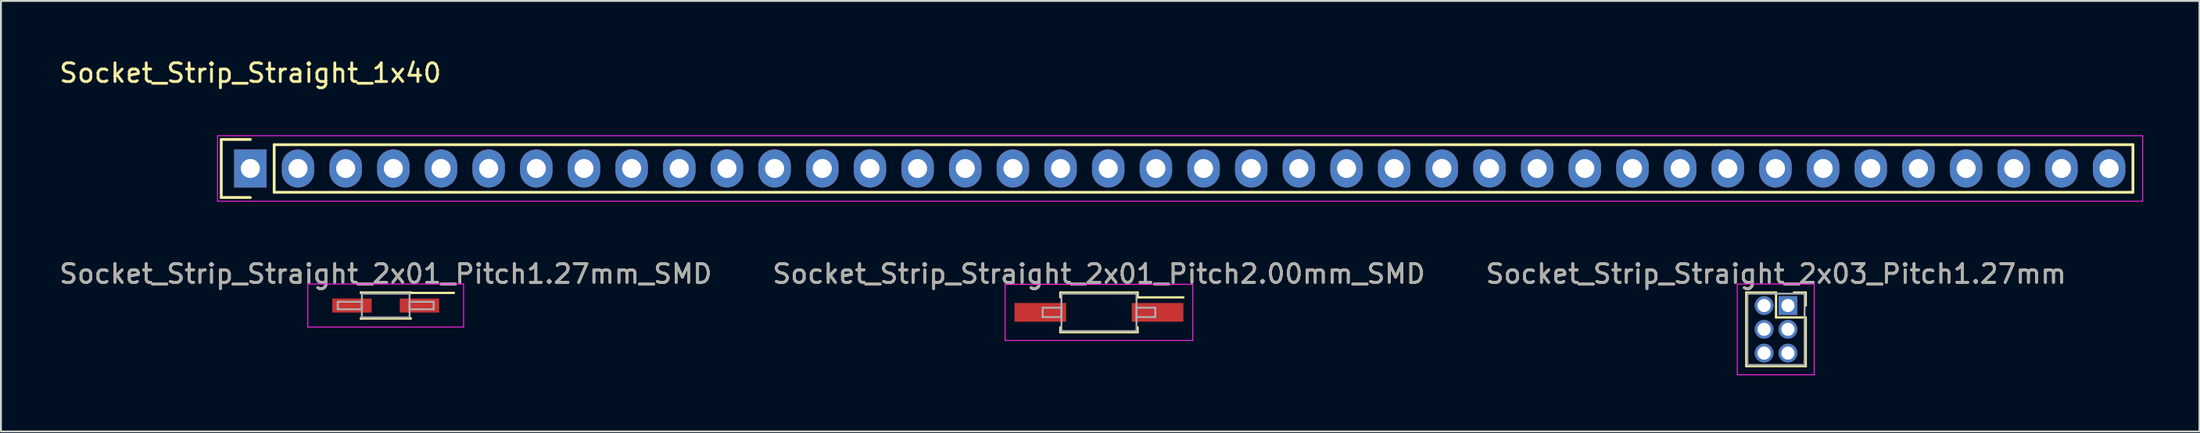
<source format=kicad_pcb>
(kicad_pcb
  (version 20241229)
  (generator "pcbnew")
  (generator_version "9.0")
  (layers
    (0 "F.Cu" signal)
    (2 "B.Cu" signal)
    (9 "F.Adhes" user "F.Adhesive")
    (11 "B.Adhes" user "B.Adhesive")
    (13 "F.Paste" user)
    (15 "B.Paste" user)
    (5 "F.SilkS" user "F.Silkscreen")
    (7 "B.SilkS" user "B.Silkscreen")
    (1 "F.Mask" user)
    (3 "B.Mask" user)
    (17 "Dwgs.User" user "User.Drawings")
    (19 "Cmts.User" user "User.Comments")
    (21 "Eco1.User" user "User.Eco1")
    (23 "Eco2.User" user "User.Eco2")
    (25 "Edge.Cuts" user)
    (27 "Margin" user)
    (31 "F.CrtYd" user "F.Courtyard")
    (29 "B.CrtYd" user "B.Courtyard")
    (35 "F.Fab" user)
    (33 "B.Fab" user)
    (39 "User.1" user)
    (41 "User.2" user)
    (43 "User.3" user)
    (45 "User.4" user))
  (footprint "Socket_Strip_Straight_2x01_Pitch1.27mm_SMD"
    (layer "F.Cu")
    (at 17.506 13.267)
    (property "Reference" "Socket_Strip_Straight_2x01_Pitch1.27mm_SMD" (at 0 -1.695 0) (layer "F.SilkS") (effects (font (size 1 1) (thickness 0.15))))
    (attr smd)
    (fp_line (start -1.33 -0.695) (end 1.33 -0.695) (stroke (width 0.12) (type solid)) (layer "F.SilkS"))
    (fp_line (start -1.33 -0.675) (end -1.33 -0.695) (stroke (width 0.12) (type solid)) (layer "F.SilkS"))
    (fp_line (start -1.33 0.675) (end -1.33 0.695) (stroke (width 0.12) (type solid)) (layer "F.SilkS"))
    (fp_line (start -1.33 0.695) (end 1.33 0.695) (stroke (width 0.12) (type solid)) (layer "F.SilkS"))
    (fp_line (start 1.33 -0.695) (end 1.33 -0.675) (stroke (width 0.12) (type solid)) (layer "F.SilkS"))
    (fp_line (start 1.33 0.695) (end 1.33 0.675) (stroke (width 0.12) (type solid)) (layer "F.SilkS"))
    (fp_line (start 3.635 -0.675) (end 1.33 -0.675) (stroke (width 0.12) (type solid)) (layer "F.SilkS"))
    (fp_line (start -4.15 -1.15) (end -4.15 1.15) (stroke (width 0.05) (type solid)) (layer "F.CrtYd"))
    (fp_line (start -4.15 1.15) (end 4.15 1.15) (stroke (width 0.05) (type solid)) (layer "F.CrtYd"))
    (fp_line (start 4.15 -1.15) (end -4.15 -1.15) (stroke (width 0.05) (type solid)) (layer "F.CrtYd"))
    (fp_line (start 4.15 1.15) (end 4.15 -1.15) (stroke (width 0.05) (type solid)) (layer "F.CrtYd"))
    (fp_line (start -2.555 -0.2) (end -1.27 -0.2) (stroke (width 0.1) (type solid)) (layer "F.Fab"))
    (fp_line (start -2.555 0.2) (end -2.555 -0.2) (stroke (width 0.1) (type solid)) (layer "F.Fab"))
    (fp_line (start -1.27 -0.635) (end -1.27 0.635) (stroke (width 0.1) (type solid)) (layer "F.Fab"))
    (fp_line (start -1.27 -0.2) (end -1.27 0.2) (stroke (width 0.1) (type solid)) (layer "F.Fab"))
    (fp_line (start -1.27 0.2) (end -2.555 0.2) (stroke (width 0.1) (type solid)) (layer "F.Fab"))
    (fp_line (start -1.27 0.635) (end 1.27 0.635) (stroke (width 0.1) (type solid)) (layer "F.Fab"))
    (fp_line (start 1.27 -0.635) (end -1.27 -0.635) (stroke (width 0.1) (type solid)) (layer "F.Fab"))
    (fp_line (start 1.27 -0.2) (end 1.27 0.2) (stroke (width 0.1) (type solid)) (layer "F.Fab"))
    (fp_line (start 1.27 0.2) (end 2.555 0.2) (stroke (width 0.1) (type solid)) (layer "F.Fab"))
    (fp_line (start 1.27 0.635) (end 1.27 -0.635) (stroke (width 0.1) (type solid)) (layer "F.Fab"))
    (fp_line (start 2.555 -0.2) (end 1.27 -0.2) (stroke (width 0.1) (type solid)) (layer "F.Fab"))
    (fp_line (start 2.555 0.2) (end 2.555 -0.2) (stroke (width 0.1) (type solid)) (layer "F.Fab"))
    (fp_text user "${REFERENCE}" (at 0 -1.695 0) (layer "F.Fab") (effects (font (size 1 1) (thickness 0.15))))
    (pad "1" smd rect (at 1.8 0) (size 2.1 0.75) (layers "F.Cu" "F.Mask" "F.Paste"))
    (pad "2" smd rect (at -1.8 0) (size 2.1 0.75) (layers "F.Cu" "F.Mask" "F.Paste")))
  (footprint "Socket_Strip_Straight_2x03_Pitch1.27mm"
    (layer "F.Cu")
    (at 92.236 13.267)
    (property "Reference" "Socket_Strip_Straight_2x03_Pitch1.27mm" (at -0.635 -1.695 0) (layer "F.SilkS") (effects (font (size 1 1) (thickness 0.15))))
    (attr through_hole)
    (fp_line (start -2.22 -0.695) (end -0.635 -0.695) (stroke (width 0.12) (type solid)) (layer "F.SilkS"))
    (fp_line (start -2.22 3.235) (end -2.22 -0.695) (stroke (width 0.12) (type solid)) (layer "F.SilkS"))
    (fp_line (start -0.635 -0.695) (end -0.635 0.635) (stroke (width 0.12) (type solid)) (layer "F.SilkS"))
    (fp_line (start -0.635 0.635) (end 0.95 0.635) (stroke (width 0.12) (type solid)) (layer "F.SilkS"))
    (fp_line (start 0.95 -0.695) (end 0.315 -0.695) (stroke (width 0.12) (type solid)) (layer "F.SilkS"))
    (fp_line (start 0.95 0) (end 0.95 -0.695) (stroke (width 0.12) (type solid)) (layer "F.SilkS"))
    (fp_line (start 0.95 0.635) (end 0.95 3.235) (stroke (width 0.12) (type solid)) (layer "F.SilkS"))
    (fp_line (start 0.95 3.235) (end -2.22 3.235) (stroke (width 0.12) (type solid)) (layer "F.SilkS"))
    (fp_line (start -2.7 -1.15) (end -2.7 3.7) (stroke (width 0.05) (type solid)) (layer "F.CrtYd"))
    (fp_line (start -2.7 3.7) (end 1.4 3.7) (stroke (width 0.05) (type solid)) (layer "F.CrtYd"))
    (fp_line (start 1.4 -1.15) (end -2.7 -1.15) (stroke (width 0.05) (type solid)) (layer "F.CrtYd"))
    (fp_line (start 1.4 3.7) (end 1.4 -1.15) (stroke (width 0.05) (type solid)) (layer "F.CrtYd"))
    (fp_line (start -2.16 -0.635) (end -2.16 3.175) (stroke (width 0.1) (type solid)) (layer "F.Fab"))
    (fp_line (start -2.16 3.175) (end 0.89 3.175) (stroke (width 0.1) (type solid)) (layer "F.Fab"))
    (fp_line (start 0.89 -0.635) (end -2.16 -0.635) (stroke (width 0.1) (type solid)) (layer "F.Fab"))
    (fp_line (start 0.89 3.175) (end 0.89 -0.635) (stroke (width 0.1) (type solid)) (layer "F.Fab"))
    (fp_text user "${REFERENCE}" (at -0.635 -1.695 0) (layer "F.Fab") (effects (font (size 1 1) (thickness 0.15))))
    (pad "1" thru_hole rect (at 0 0) (size 1 1) (drill 0.7) (layers "*.Cu" "*.Mask"))
    (pad "2" thru_hole oval (at -1.27 0) (size 1 1) (drill 0.7) (layers "*.Cu" "*.Mask"))
    (pad "3" thru_hole oval (at 0 1.27) (size 1 1) (drill 0.7) (layers "*.Cu" "*.Mask"))
    (pad "4" thru_hole oval (at -1.27 1.27) (size 1 1) (drill 0.7) (layers "*.Cu" "*.Mask"))
    (pad "5" thru_hole oval (at 0 2.54) (size 1 1) (drill 0.7) (layers "*.Cu" "*.Mask"))
    (pad "6" thru_hole oval (at -1.27 2.54) (size 1 1) (drill 0.7) (layers "*.Cu" "*.Mask")))
  (footprint "Socket_Strip_Straight_1x40"
    (layer "F.Cu")
    (at 10.292 5.948)
    (property "Reference" "Socket_Strip_Straight_1x40" (at 0 -5.1 0) (layer "F.SilkS") (effects (font (size 1 1) (thickness 0.15))))
    (attr through_hole)
    (fp_line (start -1.55 -1.55) (end -1.55 1.55) (stroke (width 0.15) (type solid)) (layer "F.SilkS"))
    (fp_line (start -1.55 1.55) (end 0 1.55) (stroke (width 0.15) (type solid)) (layer "F.SilkS"))
    (fp_line (start 0 -1.55) (end -1.55 -1.55) (stroke (width 0.15) (type solid)) (layer "F.SilkS"))
    (fp_line (start 1.27 -1.27) (end 100.33 -1.27) (stroke (width 0.15) (type solid)) (layer "F.SilkS"))
    (fp_line (start 1.27 1.27) (end 1.27 -1.27) (stroke (width 0.15) (type solid)) (layer "F.SilkS"))
    (fp_line (start 100.33 -1.27) (end 100.33 1.27) (stroke (width 0.15) (type solid)) (layer "F.SilkS"))
    (fp_line (start 100.33 1.27) (end 1.27 1.27) (stroke (width 0.15) (type solid)) (layer "F.SilkS"))
    (fp_line (start -1.75 -1.75) (end -1.75 1.75) (stroke (width 0.05) (type solid)) (layer "F.CrtYd"))
    (fp_line (start -1.75 -1.75) (end 100.85 -1.75) (stroke (width 0.05) (type solid)) (layer "F.CrtYd"))
    (fp_line (start -1.75 1.75) (end 100.85 1.75) (stroke (width 0.05) (type solid)) (layer "F.CrtYd"))
    (fp_line (start 100.85 -1.75) (end 100.85 1.75) (stroke (width 0.05) (type solid)) (layer "F.CrtYd"))
    (pad "1" thru_hole rect (at 0 0) (size 1.727 2.032) (drill 1.016) (layers "*.Cu" "*.Mask"))
    (pad "2" thru_hole oval (at 2.54 0) (size 1.727 2.032) (drill 1.016) (layers "*.Cu" "*.Mask"))
    (pad "3" thru_hole oval (at 5.08 0) (size 1.727 2.032) (drill 1.016) (layers "*.Cu" "*.Mask"))
    (pad "4" thru_hole oval (at 7.62 0) (size 1.727 2.032) (drill 1.016) (layers "*.Cu" "*.Mask"))
    (pad "5" thru_hole oval (at 10.16 0) (size 1.727 2.032) (drill 1.016) (layers "*.Cu" "*.Mask"))
    (pad "6" thru_hole oval (at 12.7 0) (size 1.727 2.032) (drill 1.016) (layers "*.Cu" "*.Mask"))
    (pad "7" thru_hole oval (at 15.24 0) (size 1.727 2.032) (drill 1.016) (layers "*.Cu" "*.Mask"))
    (pad "8" thru_hole oval (at 17.78 0) (size 1.727 2.032) (drill 1.016) (layers "*.Cu" "*.Mask"))
    (pad "9" thru_hole oval (at 20.32 0) (size 1.727 2.032) (drill 1.016) (layers "*.Cu" "*.Mask"))
    (pad "10" thru_hole oval (at 22.86 0) (size 1.727 2.032) (drill 1.016) (layers "*.Cu" "*.Mask"))
    (pad "11" thru_hole oval (at 25.4 0) (size 1.727 2.032) (drill 1.016) (layers "*.Cu" "*.Mask"))
    (pad "12" thru_hole oval (at 27.94 0) (size 1.727 2.032) (drill 1.016) (layers "*.Cu" "*.Mask"))
    (pad "13" thru_hole oval (at 30.48 0) (size 1.727 2.032) (drill 1.016) (layers "*.Cu" "*.Mask"))
    (pad "14" thru_hole oval (at 33.02 0) (size 1.727 2.032) (drill 1.016) (layers "*.Cu" "*.Mask"))
    (pad "15" thru_hole oval (at 35.56 0) (size 1.727 2.032) (drill 1.016) (layers "*.Cu" "*.Mask"))
    (pad "16" thru_hole oval (at 38.1 0) (size 1.727 2.032) (drill 1.016) (layers "*.Cu" "*.Mask"))
    (pad "17" thru_hole oval (at 40.64 0) (size 1.727 2.032) (drill 1.016) (layers "*.Cu" "*.Mask"))
    (pad "18" thru_hole oval (at 43.18 0) (size 1.727 2.032) (drill 1.016) (layers "*.Cu" "*.Mask"))
    (pad "19" thru_hole oval (at 45.72 0) (size 1.727 2.032) (drill 1.016) (layers "*.Cu" "*.Mask"))
    (pad "20" thru_hole oval (at 48.26 0) (size 1.727 2.032) (drill 1.016) (layers "*.Cu" "*.Mask"))
    (pad "21" thru_hole oval (at 50.8 0) (size 1.727 2.032) (drill 1.016) (layers "*.Cu" "*.Mask"))
    (pad "22" thru_hole oval (at 53.34 0) (size 1.727 2.032) (drill 1.016) (layers "*.Cu" "*.Mask"))
    (pad "23" thru_hole oval (at 55.88 0) (size 1.727 2.032) (drill 1.016) (layers "*.Cu" "*.Mask"))
    (pad "24" thru_hole oval (at 58.42 0) (size 1.727 2.032) (drill 1.016) (layers "*.Cu" "*.Mask"))
    (pad "25" thru_hole oval (at 60.96 0) (size 1.727 2.032) (drill 1.016) (layers "*.Cu" "*.Mask"))
    (pad "26" thru_hole oval (at 63.5 0) (size 1.727 2.032) (drill 1.016) (layers "*.Cu" "*.Mask"))
    (pad "27" thru_hole oval (at 66.04 0) (size 1.727 2.032) (drill 1.016) (layers "*.Cu" "*.Mask"))
    (pad "28" thru_hole oval (at 68.58 0) (size 1.727 2.032) (drill 1.016) (layers "*.Cu" "*.Mask"))
    (pad "29" thru_hole oval (at 71.12 0) (size 1.727 2.032) (drill 1.016) (layers "*.Cu" "*.Mask"))
    (pad "30" thru_hole oval (at 73.66 0) (size 1.727 2.032) (drill 1.016) (layers "*.Cu" "*.Mask"))
    (pad "31" thru_hole oval (at 76.2 0) (size 1.727 2.032) (drill 1.016) (layers "*.Cu" "*.Mask"))
    (pad "32" thru_hole oval (at 78.74 0) (size 1.727 2.032) (drill 1.016) (layers "*.Cu" "*.Mask"))
    (pad "33" thru_hole oval (at 81.28 0) (size 1.727 2.032) (drill 1.016) (layers "*.Cu" "*.Mask"))
    (pad "34" thru_hole oval (at 83.82 0) (size 1.727 2.032) (drill 1.016) (layers "*.Cu" "*.Mask"))
    (pad "35" thru_hole oval (at 86.36 0) (size 1.727 2.032) (drill 1.016) (layers "*.Cu" "*.Mask"))
    (pad "36" thru_hole oval (at 88.9 0) (size 1.727 2.032) (drill 1.016) (layers "*.Cu" "*.Mask"))
    (pad "37" thru_hole oval (at 91.44 0) (size 1.727 2.032) (drill 1.016) (layers "*.Cu" "*.Mask"))
    (pad "38" thru_hole oval (at 93.98 0) (size 1.727 2.032) (drill 1.016) (layers "*.Cu" "*.Mask"))
    (pad "39" thru_hole oval (at 96.52 0) (size 1.727 2.032) (drill 1.016) (layers "*.Cu" "*.Mask"))
    (pad "40" thru_hole oval (at 99.06 0) (size 1.727 2.032) (drill 1.016) (layers "*.Cu" "*.Mask")))
  (footprint "Socket_Strip_Straight_2x01_Pitch2.00mm_SMD"
    (layer "F.Cu")
    (at 55.518 13.632)
    (property "Reference" "Socket_Strip_Straight_2x01_Pitch2.00mm_SMD" (at 0 -2.06 0) (layer "F.SilkS") (effects (font (size 1 1) (thickness 0.15))))
    (attr smd)
    (fp_line (start -2.06 -1.06) (end 2.06 -1.06) (stroke (width 0.12) (type solid)) (layer "F.SilkS"))
    (fp_line (start -2.06 -0.8) (end -2.06 -1.06) (stroke (width 0.12) (type solid)) (layer "F.SilkS"))
    (fp_line (start -2.06 0.8) (end -2.06 1.06) (stroke (width 0.12) (type solid)) (layer "F.SilkS"))
    (fp_line (start -2.06 1.06) (end 2.06 1.06) (stroke (width 0.12) (type solid)) (layer "F.SilkS"))
    (fp_line (start 2.06 -1.06) (end 2.06 -0.8) (stroke (width 0.12) (type solid)) (layer "F.SilkS"))
    (fp_line (start 2.06 1.06) (end 2.06 0.8) (stroke (width 0.12) (type solid)) (layer "F.SilkS"))
    (fp_line (start 4.5 -0.8) (end 2.06 -0.8) (stroke (width 0.12) (type solid)) (layer "F.SilkS"))
    (fp_line (start -5 -1.5) (end -5 1.5) (stroke (width 0.05) (type solid)) (layer "F.CrtYd"))
    (fp_line (start -5 1.5) (end 5 1.5) (stroke (width 0.05) (type solid)) (layer "F.CrtYd"))
    (fp_line (start 5 -1.5) (end -5 -1.5) (stroke (width 0.05) (type solid)) (layer "F.CrtYd"))
    (fp_line (start 5 1.5) (end 5 -1.5) (stroke (width 0.05) (type solid)) (layer "F.CrtYd"))
    (fp_line (start -3 -0.25) (end -2 -0.25) (stroke (width 0.1) (type solid)) (layer "F.Fab"))
    (fp_line (start -3 0.25) (end -3 -0.25) (stroke (width 0.1) (type solid)) (layer "F.Fab"))
    (fp_line (start -2 -1) (end -2 1) (stroke (width 0.1) (type solid)) (layer "F.Fab"))
    (fp_line (start -2 -0.25) (end -2 0.25) (stroke (width 0.1) (type solid)) (layer "F.Fab"))
    (fp_line (start -2 0.25) (end -3 0.25) (stroke (width 0.1) (type solid)) (layer "F.Fab"))
    (fp_line (start -2 1) (end 2 1) (stroke (width 0.1) (type solid)) (layer "F.Fab"))
    (fp_line (start 2 -1) (end -2 -1) (stroke (width 0.1) (type solid)) (layer "F.Fab"))
    (fp_line (start 2 -0.25) (end 2 0.25) (stroke (width 0.1) (type solid)) (layer "F.Fab"))
    (fp_line (start 2 0.25) (end 3 0.25) (stroke (width 0.1) (type solid)) (layer "F.Fab"))
    (fp_line (start 2 1) (end 2 -1) (stroke (width 0.1) (type solid)) (layer "F.Fab"))
    (fp_line (start 3 -0.25) (end 2 -0.25) (stroke (width 0.1) (type solid)) (layer "F.Fab"))
    (fp_line (start 3 0.25) (end 3 -0.25) (stroke (width 0.1) (type solid)) (layer "F.Fab"))
    (fp_text user "${REFERENCE}" (at 0 -2.06 0) (layer "F.Fab") (effects (font (size 1 1) (thickness 0.15))))
    (pad "1" smd rect (at 3.125 0) (size 2.75 1) (layers "F.Cu" "F.Mask" "F.Paste"))
    (pad "2" smd rect (at -3.125 0) (size 2.75 1) (layers "F.Cu" "F.Mask" "F.Paste")))
  (gr_rect
    (start -3 -3)
    (end 114.167 19.991)
    (stroke (width 0.1) (type default))
    (fill no)
    (layer "Edge.Cuts")))
</source>
